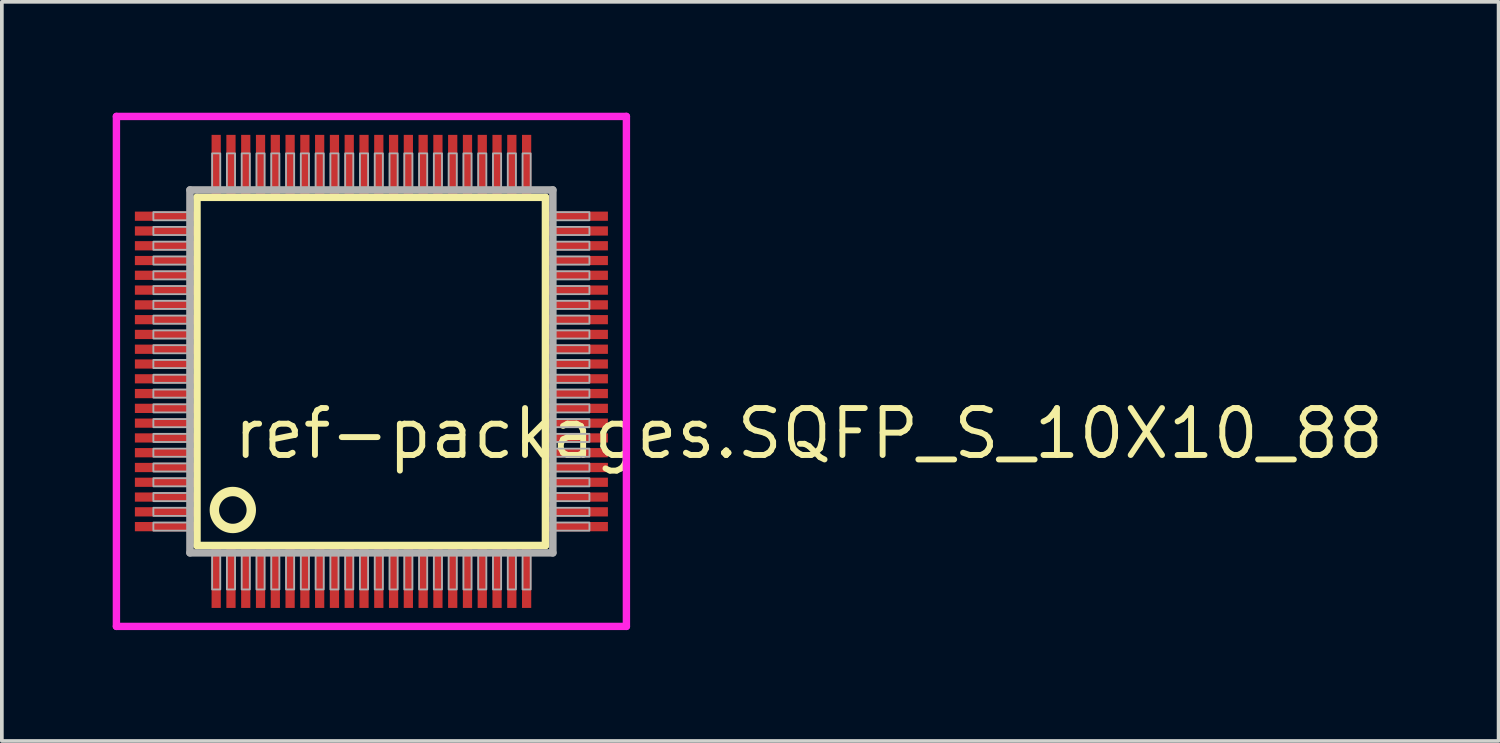
<source format=kicad_pcb>
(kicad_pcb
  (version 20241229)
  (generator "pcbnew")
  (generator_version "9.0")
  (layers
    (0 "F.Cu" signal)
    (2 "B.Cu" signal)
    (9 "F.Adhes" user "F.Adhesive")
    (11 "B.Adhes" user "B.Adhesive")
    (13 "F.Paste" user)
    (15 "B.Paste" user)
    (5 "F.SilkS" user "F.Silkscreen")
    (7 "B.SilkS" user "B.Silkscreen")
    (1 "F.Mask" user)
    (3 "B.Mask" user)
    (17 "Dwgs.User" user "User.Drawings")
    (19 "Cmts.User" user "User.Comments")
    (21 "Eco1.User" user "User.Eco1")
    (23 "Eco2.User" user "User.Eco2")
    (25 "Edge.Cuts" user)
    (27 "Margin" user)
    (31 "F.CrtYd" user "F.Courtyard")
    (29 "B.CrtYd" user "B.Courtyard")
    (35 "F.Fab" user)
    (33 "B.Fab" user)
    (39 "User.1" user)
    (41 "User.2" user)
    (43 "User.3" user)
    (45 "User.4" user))
  (footprint "ref-packages.SQFP_S_10X10_88"
    (layer "F.Cu")
    (at 7 7)
    (property "Reference" "ref-packages.SQFP_S_10X10_88" (at -3.81 2.425 0) (layer "F.SilkS") (effects (font (size 1.27 1.27) (thickness 0.16)) (justify left bottom)))
    (attr smd)
    (fp_line (start -4.72 -4.71) (end 4.71 -4.71) (stroke (width 0.203) (type default)) (layer "F.SilkS"))
    (fp_line (start -4.72 4.71) (end -4.72 -4.71) (stroke (width 0.203) (type default)) (layer "F.SilkS"))
    (fp_line (start 4.71 -4.71) (end 4.71 4.71) (stroke (width 0.203) (type default)) (layer "F.SilkS"))
    (fp_line (start 4.71 4.71) (end -4.72 4.71) (stroke (width 0.203) (type default)) (layer "F.SilkS"))
    (fp_circle (center -3.75 3.75) (end -3.25 3.75) (stroke (width 0.254) (type default)) (fill no) (layer "F.SilkS"))
    (fp_line (start -6.9 -6.9) (end 6.9 -6.9) (stroke (width 0.2) (type default)) (layer "F.CrtYd"))
    (fp_line (start -6.9 6.9) (end -6.9 -6.9) (stroke (width 0.2) (type default)) (layer "F.CrtYd"))
    (fp_line (start 6.9 -6.9) (end 6.9 6.9) (stroke (width 0.2) (type default)) (layer "F.CrtYd"))
    (fp_line (start 6.9 6.9) (end -6.9 6.9) (stroke (width 0.2) (type default)) (layer "F.CrtYd"))
    (fp_line (start -4.91 -4.91) (end -4.91 4.91) (stroke (width 0.203) (type default)) (layer "F.Fab"))
    (fp_line (start -4.91 4.91) (end 4.91 4.91) (stroke (width 0.203) (type default)) (layer "F.Fab"))
    (fp_line (start 4.91 -4.91) (end -4.91 -4.91) (stroke (width 0.203) (type default)) (layer "F.Fab"))
    (fp_line (start 4.91 4.91) (end 4.91 -4.91) (stroke (width 0.203) (type default)) (layer "F.Fab"))
    (fp_rect (start -5.9 -4.09) (end -4.95 -4.31) (stroke (width 0.05) (type default)) (fill no) (layer "F.Fab"))
    (fp_rect (start -5.9 -3.69) (end -4.95 -3.91) (stroke (width 0.05) (type default)) (fill no) (layer "F.Fab"))
    (fp_rect (start -5.9 -3.29) (end -4.95 -3.51) (stroke (width 0.05) (type default)) (fill no) (layer "F.Fab"))
    (fp_rect (start -5.9 -2.89) (end -4.95 -3.11) (stroke (width 0.05) (type default)) (fill no) (layer "F.Fab"))
    (fp_rect (start -5.9 -2.49) (end -4.95 -2.71) (stroke (width 0.05) (type default)) (fill no) (layer "F.Fab"))
    (fp_rect (start -5.9 -2.09) (end -4.95 -2.31) (stroke (width 0.05) (type default)) (fill no) (layer "F.Fab"))
    (fp_rect (start -5.9 -1.69) (end -4.95 -1.91) (stroke (width 0.05) (type default)) (fill no) (layer "F.Fab"))
    (fp_rect (start -5.9 -1.29) (end -4.95 -1.51) (stroke (width 0.05) (type default)) (fill no) (layer "F.Fab"))
    (fp_rect (start -5.9 -0.89) (end -4.95 -1.11) (stroke (width 0.05) (type default)) (fill no) (layer "F.Fab"))
    (fp_rect (start -5.9 -0.49) (end -4.95 -0.71) (stroke (width 0.05) (type default)) (fill no) (layer "F.Fab"))
    (fp_rect (start -5.9 -0.09) (end -4.95 -0.31) (stroke (width 0.05) (type default)) (fill no) (layer "F.Fab"))
    (fp_rect (start -5.9 0.31) (end -4.95 0.09) (stroke (width 0.05) (type default)) (fill no) (layer "F.Fab"))
    (fp_rect (start -5.9 0.71) (end -4.95 0.49) (stroke (width 0.05) (type default)) (fill no) (layer "F.Fab"))
    (fp_rect (start -5.9 1.11) (end -4.95 0.89) (stroke (width 0.05) (type default)) (fill no) (layer "F.Fab"))
    (fp_rect (start -5.9 1.51) (end -4.95 1.29) (stroke (width 0.05) (type default)) (fill no) (layer "F.Fab"))
    (fp_rect (start -5.9 1.91) (end -4.95 1.69) (stroke (width 0.05) (type default)) (fill no) (layer "F.Fab"))
    (fp_rect (start -5.9 2.31) (end -4.95 2.09) (stroke (width 0.05) (type default)) (fill no) (layer "F.Fab"))
    (fp_rect (start -5.9 2.71) (end -4.95 2.49) (stroke (width 0.05) (type default)) (fill no) (layer "F.Fab"))
    (fp_rect (start -5.9 3.11) (end -4.95 2.89) (stroke (width 0.05) (type default)) (fill no) (layer "F.Fab"))
    (fp_rect (start -5.9 3.51) (end -4.95 3.29) (stroke (width 0.05) (type default)) (fill no) (layer "F.Fab"))
    (fp_rect (start -5.9 3.91) (end -4.95 3.69) (stroke (width 0.05) (type default)) (fill no) (layer "F.Fab"))
    (fp_rect (start -5.9 4.31) (end -4.95 4.09) (stroke (width 0.05) (type default)) (fill no) (layer "F.Fab"))
    (fp_rect (start -4.31 -4.95) (end -4.09 -5.9) (stroke (width 0.05) (type default)) (fill no) (layer "F.Fab"))
    (fp_rect (start -4.31 5.9) (end -4.09 4.95) (stroke (width 0.05) (type default)) (fill no) (layer "F.Fab"))
    (fp_rect (start -3.91 -4.95) (end -3.69 -5.9) (stroke (width 0.05) (type default)) (fill no) (layer "F.Fab"))
    (fp_rect (start -3.91 5.9) (end -3.69 4.95) (stroke (width 0.05) (type default)) (fill no) (layer "F.Fab"))
    (fp_rect (start -3.51 -4.95) (end -3.29 -5.9) (stroke (width 0.05) (type default)) (fill no) (layer "F.Fab"))
    (fp_rect (start -3.51 5.9) (end -3.29 4.95) (stroke (width 0.05) (type default)) (fill no) (layer "F.Fab"))
    (fp_rect (start -3.11 -4.95) (end -2.89 -5.9) (stroke (width 0.05) (type default)) (fill no) (layer "F.Fab"))
    (fp_rect (start -3.11 5.9) (end -2.89 4.95) (stroke (width 0.05) (type default)) (fill no) (layer "F.Fab"))
    (fp_rect (start -2.71 -4.95) (end -2.49 -5.9) (stroke (width 0.05) (type default)) (fill no) (layer "F.Fab"))
    (fp_rect (start -2.71 5.9) (end -2.49 4.95) (stroke (width 0.05) (type default)) (fill no) (layer "F.Fab"))
    (fp_rect (start -2.31 -4.95) (end -2.09 -5.9) (stroke (width 0.05) (type default)) (fill no) (layer "F.Fab"))
    (fp_rect (start -2.31 5.9) (end -2.09 4.95) (stroke (width 0.05) (type default)) (fill no) (layer "F.Fab"))
    (fp_rect (start -1.91 -4.95) (end -1.69 -5.9) (stroke (width 0.05) (type default)) (fill no) (layer "F.Fab"))
    (fp_rect (start -1.91 5.9) (end -1.69 4.95) (stroke (width 0.05) (type default)) (fill no) (layer "F.Fab"))
    (fp_rect (start -1.51 -4.95) (end -1.29 -5.9) (stroke (width 0.05) (type default)) (fill no) (layer "F.Fab"))
    (fp_rect (start -1.51 5.9) (end -1.29 4.95) (stroke (width 0.05) (type default)) (fill no) (layer "F.Fab"))
    (fp_rect (start -1.11 -4.95) (end -0.89 -5.9) (stroke (width 0.05) (type default)) (fill no) (layer "F.Fab"))
    (fp_rect (start -1.11 5.9) (end -0.89 4.95) (stroke (width 0.05) (type default)) (fill no) (layer "F.Fab"))
    (fp_rect (start -0.71 -4.95) (end -0.49 -5.9) (stroke (width 0.05) (type default)) (fill no) (layer "F.Fab"))
    (fp_rect (start -0.71 5.9) (end -0.49 4.95) (stroke (width 0.05) (type default)) (fill no) (layer "F.Fab"))
    (fp_rect (start -0.31 -4.95) (end -0.09 -5.9) (stroke (width 0.05) (type default)) (fill no) (layer "F.Fab"))
    (fp_rect (start -0.31 5.9) (end -0.09 4.95) (stroke (width 0.05) (type default)) (fill no) (layer "F.Fab"))
    (fp_rect (start 0.09 -4.95) (end 0.31 -5.9) (stroke (width 0.05) (type default)) (fill no) (layer "F.Fab"))
    (fp_rect (start 0.09 5.9) (end 0.31 4.95) (stroke (width 0.05) (type default)) (fill no) (layer "F.Fab"))
    (fp_rect (start 0.49 -4.95) (end 0.71 -5.9) (stroke (width 0.05) (type default)) (fill no) (layer "F.Fab"))
    (fp_rect (start 0.49 5.9) (end 0.71 4.95) (stroke (width 0.05) (type default)) (fill no) (layer "F.Fab"))
    (fp_rect (start 0.89 -4.95) (end 1.11 -5.9) (stroke (width 0.05) (type default)) (fill no) (layer "F.Fab"))
    (fp_rect (start 0.89 5.9) (end 1.11 4.95) (stroke (width 0.05) (type default)) (fill no) (layer "F.Fab"))
    (fp_rect (start 1.29 -4.95) (end 1.51 -5.9) (stroke (width 0.05) (type default)) (fill no) (layer "F.Fab"))
    (fp_rect (start 1.29 5.9) (end 1.51 4.95) (stroke (width 0.05) (type default)) (fill no) (layer "F.Fab"))
    (fp_rect (start 1.69 -4.95) (end 1.91 -5.9) (stroke (width 0.05) (type default)) (fill no) (layer "F.Fab"))
    (fp_rect (start 1.69 5.9) (end 1.91 4.95) (stroke (width 0.05) (type default)) (fill no) (layer "F.Fab"))
    (fp_rect (start 2.09 -4.95) (end 2.31 -5.9) (stroke (width 0.05) (type default)) (fill no) (layer "F.Fab"))
    (fp_rect (start 2.09 5.9) (end 2.31 4.95) (stroke (width 0.05) (type default)) (fill no) (layer "F.Fab"))
    (fp_rect (start 2.49 -4.95) (end 2.71 -5.9) (stroke (width 0.05) (type default)) (fill no) (layer "F.Fab"))
    (fp_rect (start 2.49 5.9) (end 2.71 4.95) (stroke (width 0.05) (type default)) (fill no) (layer "F.Fab"))
    (fp_rect (start 2.89 -4.95) (end 3.11 -5.9) (stroke (width 0.05) (type default)) (fill no) (layer "F.Fab"))
    (fp_rect (start 2.89 5.9) (end 3.11 4.95) (stroke (width 0.05) (type default)) (fill no) (layer "F.Fab"))
    (fp_rect (start 3.29 -4.95) (end 3.51 -5.9) (stroke (width 0.05) (type default)) (fill no) (layer "F.Fab"))
    (fp_rect (start 3.29 5.9) (end 3.51 4.95) (stroke (width 0.05) (type default)) (fill no) (layer "F.Fab"))
    (fp_rect (start 3.69 -4.95) (end 3.91 -5.9) (stroke (width 0.05) (type default)) (fill no) (layer "F.Fab"))
    (fp_rect (start 3.69 5.9) (end 3.91 4.95) (stroke (width 0.05) (type default)) (fill no) (layer "F.Fab"))
    (fp_rect (start 4.09 -4.95) (end 4.31 -5.9) (stroke (width 0.05) (type default)) (fill no) (layer "F.Fab"))
    (fp_rect (start 4.09 5.9) (end 4.31 4.95) (stroke (width 0.05) (type default)) (fill no) (layer "F.Fab"))
    (fp_rect (start 4.95 -4.09) (end 5.9 -4.31) (stroke (width 0.05) (type default)) (fill no) (layer "F.Fab"))
    (fp_rect (start 4.95 -3.69) (end 5.9 -3.91) (stroke (width 0.05) (type default)) (fill no) (layer "F.Fab"))
    (fp_rect (start 4.95 -3.29) (end 5.9 -3.51) (stroke (width 0.05) (type default)) (fill no) (layer "F.Fab"))
    (fp_rect (start 4.95 -2.89) (end 5.9 -3.11) (stroke (width 0.05) (type default)) (fill no) (layer "F.Fab"))
    (fp_rect (start 4.95 -2.49) (end 5.9 -2.71) (stroke (width 0.05) (type default)) (fill no) (layer "F.Fab"))
    (fp_rect (start 4.95 -2.09) (end 5.9 -2.31) (stroke (width 0.05) (type default)) (fill no) (layer "F.Fab"))
    (fp_rect (start 4.95 -1.69) (end 5.9 -1.91) (stroke (width 0.05) (type default)) (fill no) (layer "F.Fab"))
    (fp_rect (start 4.95 -1.29) (end 5.9 -1.51) (stroke (width 0.05) (type default)) (fill no) (layer "F.Fab"))
    (fp_rect (start 4.95 -0.89) (end 5.9 -1.11) (stroke (width 0.05) (type default)) (fill no) (layer "F.Fab"))
    (fp_rect (start 4.95 -0.49) (end 5.9 -0.71) (stroke (width 0.05) (type default)) (fill no) (layer "F.Fab"))
    (fp_rect (start 4.95 -0.09) (end 5.9 -0.31) (stroke (width 0.05) (type default)) (fill no) (layer "F.Fab"))
    (fp_rect (start 4.95 0.31) (end 5.9 0.09) (stroke (width 0.05) (type default)) (fill no) (layer "F.Fab"))
    (fp_rect (start 4.95 0.71) (end 5.9 0.49) (stroke (width 0.05) (type default)) (fill no) (layer "F.Fab"))
    (fp_rect (start 4.95 1.11) (end 5.9 0.89) (stroke (width 0.05) (type default)) (fill no) (layer "F.Fab"))
    (fp_rect (start 4.95 1.51) (end 5.9 1.29) (stroke (width 0.05) (type default)) (fill no) (layer "F.Fab"))
    (fp_rect (start 4.95 1.91) (end 5.9 1.69) (stroke (width 0.05) (type default)) (fill no) (layer "F.Fab"))
    (fp_rect (start 4.95 2.31) (end 5.9 2.09) (stroke (width 0.05) (type default)) (fill no) (layer "F.Fab"))
    (fp_rect (start 4.95 2.71) (end 5.9 2.49) (stroke (width 0.05) (type default)) (fill no) (layer "F.Fab"))
    (fp_rect (start 4.95 3.11) (end 5.9 2.89) (stroke (width 0.05) (type default)) (fill no) (layer "F.Fab"))
    (fp_rect (start 4.95 3.51) (end 5.9 3.29) (stroke (width 0.05) (type default)) (fill no) (layer "F.Fab"))
    (fp_rect (start 4.95 3.91) (end 5.9 3.69) (stroke (width 0.05) (type default)) (fill no) (layer "F.Fab"))
    (fp_rect (start 4.95 4.31) (end 5.9 4.09) (stroke (width 0.05) (type default)) (fill no) (layer "F.Fab"))
    (pad "1" smd roundrect (at -4.2 5.6) (size 0.25 1.6) (layers "F.Cu" "F.Mask" "F.Paste") (roundrect_rratio 0.01))
    (pad "2" smd roundrect (at -3.8 5.6) (size 0.25 1.6) (layers "F.Cu" "F.Mask" "F.Paste") (roundrect_rratio 0.01))
    (pad "3" smd roundrect (at -3.4 5.6) (size 0.25 1.6) (layers "F.Cu" "F.Mask" "F.Paste") (roundrect_rratio 0.01))
    (pad "4" smd roundrect (at -3 5.6) (size 0.25 1.6) (layers "F.Cu" "F.Mask" "F.Paste") (roundrect_rratio 0.01))
    (pad "5" smd roundrect (at -2.6 5.6) (size 0.25 1.6) (layers "F.Cu" "F.Mask" "F.Paste") (roundrect_rratio 0.01))
    (pad "6" smd roundrect (at -2.2 5.6) (size 0.25 1.6) (layers "F.Cu" "F.Mask" "F.Paste") (roundrect_rratio 0.01))
    (pad "7" smd roundrect (at -1.8 5.6) (size 0.25 1.6) (layers "F.Cu" "F.Mask" "F.Paste") (roundrect_rratio 0.01))
    (pad "8" smd roundrect (at -1.4 5.6) (size 0.25 1.6) (layers "F.Cu" "F.Mask" "F.Paste") (roundrect_rratio 0.01))
    (pad "9" smd roundrect (at -1 5.6) (size 0.25 1.6) (layers "F.Cu" "F.Mask" "F.Paste") (roundrect_rratio 0.01))
    (pad "10" smd roundrect (at -0.6 5.6) (size 0.25 1.6) (layers "F.Cu" "F.Mask" "F.Paste") (roundrect_rratio 0.01))
    (pad "11" smd roundrect (at -0.2 5.6) (size 0.25 1.6) (layers "F.Cu" "F.Mask" "F.Paste") (roundrect_rratio 0.01))
    (pad "12" smd roundrect (at 0.2 5.6) (size 0.25 1.6) (layers "F.Cu" "F.Mask" "F.Paste") (roundrect_rratio 0.01))
    (pad "13" smd roundrect (at 0.6 5.6) (size 0.25 1.6) (layers "F.Cu" "F.Mask" "F.Paste") (roundrect_rratio 0.01))
    (pad "14" smd roundrect (at 1 5.6) (size 0.25 1.6) (layers "F.Cu" "F.Mask" "F.Paste") (roundrect_rratio 0.01))
    (pad "15" smd roundrect (at 1.4 5.6) (size 0.25 1.6) (layers "F.Cu" "F.Mask" "F.Paste") (roundrect_rratio 0.01))
    (pad "16" smd roundrect (at 1.8 5.6) (size 0.25 1.6) (layers "F.Cu" "F.Mask" "F.Paste") (roundrect_rratio 0.01))
    (pad "17" smd roundrect (at 2.2 5.6) (size 0.25 1.6) (layers "F.Cu" "F.Mask" "F.Paste") (roundrect_rratio 0.01))
    (pad "18" smd roundrect (at 2.6 5.6) (size 0.25 1.6) (layers "F.Cu" "F.Mask" "F.Paste") (roundrect_rratio 0.01))
    (pad "19" smd roundrect (at 3 5.6) (size 0.25 1.6) (layers "F.Cu" "F.Mask" "F.Paste") (roundrect_rratio 0.01))
    (pad "20" smd roundrect (at 3.4 5.6) (size 0.25 1.6) (layers "F.Cu" "F.Mask" "F.Paste") (roundrect_rratio 0.01))
    (pad "21" smd roundrect (at 3.8 5.6) (size 0.25 1.6) (layers "F.Cu" "F.Mask" "F.Paste") (roundrect_rratio 0.01))
    (pad "22" smd roundrect (at 4.2 5.6) (size 0.25 1.6) (layers "F.Cu" "F.Mask" "F.Paste") (roundrect_rratio 0.01))
    (pad "23" smd roundrect (at 5.6 4.2) (size 1.6 0.25) (layers "F.Cu" "F.Mask" "F.Paste") (roundrect_rratio 0.01))
    (pad "24" smd roundrect (at 5.6 3.8) (size 1.6 0.25) (layers "F.Cu" "F.Mask" "F.Paste") (roundrect_rratio 0.01))
    (pad "25" smd roundrect (at 5.6 3.4) (size 1.6 0.25) (layers "F.Cu" "F.Mask" "F.Paste") (roundrect_rratio 0.01))
    (pad "26" smd roundrect (at 5.6 3) (size 1.6 0.25) (layers "F.Cu" "F.Mask" "F.Paste") (roundrect_rratio 0.01))
    (pad "27" smd roundrect (at 5.6 2.6) (size 1.6 0.25) (layers "F.Cu" "F.Mask" "F.Paste") (roundrect_rratio 0.01))
    (pad "28" smd roundrect (at 5.6 2.2) (size 1.6 0.25) (layers "F.Cu" "F.Mask" "F.Paste") (roundrect_rratio 0.01))
    (pad "29" smd roundrect (at 5.6 1.8) (size 1.6 0.25) (layers "F.Cu" "F.Mask" "F.Paste") (roundrect_rratio 0.01))
    (pad "30" smd roundrect (at 5.6 1.4) (size 1.6 0.25) (layers "F.Cu" "F.Mask" "F.Paste") (roundrect_rratio 0.01))
    (pad "31" smd roundrect (at 5.6 1) (size 1.6 0.25) (layers "F.Cu" "F.Mask" "F.Paste") (roundrect_rratio 0.01))
    (pad "32" smd roundrect (at 5.6 0.6) (size 1.6 0.25) (layers "F.Cu" "F.Mask" "F.Paste") (roundrect_rratio 0.01))
    (pad "33" smd roundrect (at 5.6 0.2) (size 1.6 0.25) (layers "F.Cu" "F.Mask" "F.Paste") (roundrect_rratio 0.01))
    (pad "34" smd roundrect (at 5.6 -0.2) (size 1.6 0.25) (layers "F.Cu" "F.Mask" "F.Paste") (roundrect_rratio 0.01))
    (pad "35" smd roundrect (at 5.6 -0.6) (size 1.6 0.25) (layers "F.Cu" "F.Mask" "F.Paste") (roundrect_rratio 0.01))
    (pad "36" smd roundrect (at 5.6 -1) (size 1.6 0.25) (layers "F.Cu" "F.Mask" "F.Paste") (roundrect_rratio 0.01))
    (pad "37" smd roundrect (at 5.6 -1.4) (size 1.6 0.25) (layers "F.Cu" "F.Mask" "F.Paste") (roundrect_rratio 0.01))
    (pad "38" smd roundrect (at 5.6 -1.8) (size 1.6 0.25) (layers "F.Cu" "F.Mask" "F.Paste") (roundrect_rratio 0.01))
    (pad "39" smd roundrect (at 5.6 -2.2) (size 1.6 0.25) (layers "F.Cu" "F.Mask" "F.Paste") (roundrect_rratio 0.01))
    (pad "40" smd roundrect (at 5.6 -2.6) (size 1.6 0.25) (layers "F.Cu" "F.Mask" "F.Paste") (roundrect_rratio 0.01))
    (pad "41" smd roundrect (at 5.6 -3) (size 1.6 0.25) (layers "F.Cu" "F.Mask" "F.Paste") (roundrect_rratio 0.01))
    (pad "42" smd roundrect (at 5.6 -3.4) (size 1.6 0.25) (layers "F.Cu" "F.Mask" "F.Paste") (roundrect_rratio 0.01))
    (pad "43" smd roundrect (at 5.6 -3.8) (size 1.6 0.25) (layers "F.Cu" "F.Mask" "F.Paste") (roundrect_rratio 0.01))
    (pad "44" smd roundrect (at 5.6 -4.2) (size 1.6 0.25) (layers "F.Cu" "F.Mask" "F.Paste") (roundrect_rratio 0.01))
    (pad "45" smd roundrect (at 4.2 -5.6) (size 0.25 1.6) (layers "F.Cu" "F.Mask" "F.Paste") (roundrect_rratio 0.01))
    (pad "46" smd roundrect (at 3.8 -5.6) (size 0.25 1.6) (layers "F.Cu" "F.Mask" "F.Paste") (roundrect_rratio 0.01))
    (pad "47" smd roundrect (at 3.4 -5.6) (size 0.25 1.6) (layers "F.Cu" "F.Mask" "F.Paste") (roundrect_rratio 0.01))
    (pad "48" smd roundrect (at 3 -5.6) (size 0.25 1.6) (layers "F.Cu" "F.Mask" "F.Paste") (roundrect_rratio 0.01))
    (pad "49" smd roundrect (at 2.6 -5.6) (size 0.25 1.6) (layers "F.Cu" "F.Mask" "F.Paste") (roundrect_rratio 0.01))
    (pad "50" smd roundrect (at 2.2 -5.6) (size 0.25 1.6) (layers "F.Cu" "F.Mask" "F.Paste") (roundrect_rratio 0.01))
    (pad "51" smd roundrect (at 1.8 -5.6) (size 0.25 1.6) (layers "F.Cu" "F.Mask" "F.Paste") (roundrect_rratio 0.01))
    (pad "52" smd roundrect (at 1.4 -5.6) (size 0.25 1.6) (layers "F.Cu" "F.Mask" "F.Paste") (roundrect_rratio 0.01))
    (pad "53" smd roundrect (at 1 -5.6) (size 0.25 1.6) (layers "F.Cu" "F.Mask" "F.Paste") (roundrect_rratio 0.01))
    (pad "54" smd roundrect (at 0.6 -5.6) (size 0.25 1.6) (layers "F.Cu" "F.Mask" "F.Paste") (roundrect_rratio 0.01))
    (pad "55" smd roundrect (at 0.2 -5.6) (size 0.25 1.6) (layers "F.Cu" "F.Mask" "F.Paste") (roundrect_rratio 0.01))
    (pad "56" smd roundrect (at -0.2 -5.6) (size 0.25 1.6) (layers "F.Cu" "F.Mask" "F.Paste") (roundrect_rratio 0.01))
    (pad "57" smd roundrect (at -0.6 -5.6) (size 0.25 1.6) (layers "F.Cu" "F.Mask" "F.Paste") (roundrect_rratio 0.01))
    (pad "58" smd roundrect (at -1 -5.6) (size 0.25 1.6) (layers "F.Cu" "F.Mask" "F.Paste") (roundrect_rratio 0.01))
    (pad "59" smd roundrect (at -1.4 -5.6) (size 0.25 1.6) (layers "F.Cu" "F.Mask" "F.Paste") (roundrect_rratio 0.01))
    (pad "60" smd roundrect (at -1.8 -5.6) (size 0.25 1.6) (layers "F.Cu" "F.Mask" "F.Paste") (roundrect_rratio 0.01))
    (pad "61" smd roundrect (at -2.2 -5.6) (size 0.25 1.6) (layers "F.Cu" "F.Mask" "F.Paste") (roundrect_rratio 0.01))
    (pad "62" smd roundrect (at -2.6 -5.6) (size 0.25 1.6) (layers "F.Cu" "F.Mask" "F.Paste") (roundrect_rratio 0.01))
    (pad "63" smd roundrect (at -3 -5.6) (size 0.25 1.6) (layers "F.Cu" "F.Mask" "F.Paste") (roundrect_rratio 0.01))
    (pad "64" smd roundrect (at -3.4 -5.6) (size 0.25 1.6) (layers "F.Cu" "F.Mask" "F.Paste") (roundrect_rratio 0.01))
    (pad "65" smd roundrect (at -3.8 -5.6) (size 0.25 1.6) (layers "F.Cu" "F.Mask" "F.Paste") (roundrect_rratio 0.01))
    (pad "66" smd roundrect (at -4.2 -5.6) (size 0.25 1.6) (layers "F.Cu" "F.Mask" "F.Paste") (roundrect_rratio 0.01))
    (pad "67" smd roundrect (at -5.6 -4.2) (size 1.6 0.25) (layers "F.Cu" "F.Mask" "F.Paste") (roundrect_rratio 0.01))
    (pad "68" smd roundrect (at -5.6 -3.8) (size 1.6 0.25) (layers "F.Cu" "F.Mask" "F.Paste") (roundrect_rratio 0.01))
    (pad "69" smd roundrect (at -5.6 -3.4) (size 1.6 0.25) (layers "F.Cu" "F.Mask" "F.Paste") (roundrect_rratio 0.01))
    (pad "70" smd roundrect (at -5.6 -3) (size 1.6 0.25) (layers "F.Cu" "F.Mask" "F.Paste") (roundrect_rratio 0.01))
    (pad "71" smd roundrect (at -5.6 -2.6) (size 1.6 0.25) (layers "F.Cu" "F.Mask" "F.Paste") (roundrect_rratio 0.01))
    (pad "72" smd roundrect (at -5.6 -2.2) (size 1.6 0.25) (layers "F.Cu" "F.Mask" "F.Paste") (roundrect_rratio 0.01))
    (pad "73" smd roundrect (at -5.6 -1.8) (size 1.6 0.25) (layers "F.Cu" "F.Mask" "F.Paste") (roundrect_rratio 0.01))
    (pad "74" smd roundrect (at -5.6 -1.4) (size 1.6 0.25) (layers "F.Cu" "F.Mask" "F.Paste") (roundrect_rratio 0.01))
    (pad "75" smd roundrect (at -5.6 -1) (size 1.6 0.25) (layers "F.Cu" "F.Mask" "F.Paste") (roundrect_rratio 0.01))
    (pad "76" smd roundrect (at -5.6 -0.6) (size 1.6 0.25) (layers "F.Cu" "F.Mask" "F.Paste") (roundrect_rratio 0.01))
    (pad "77" smd roundrect (at -5.6 -0.2) (size 1.6 0.25) (layers "F.Cu" "F.Mask" "F.Paste") (roundrect_rratio 0.01))
    (pad "78" smd roundrect (at -5.6 0.2) (size 1.6 0.25) (layers "F.Cu" "F.Mask" "F.Paste") (roundrect_rratio 0.01))
    (pad "79" smd roundrect (at -5.6 0.6) (size 1.6 0.25) (layers "F.Cu" "F.Mask" "F.Paste") (roundrect_rratio 0.01))
    (pad "80" smd roundrect (at -5.6 1) (size 1.6 0.25) (layers "F.Cu" "F.Mask" "F.Paste") (roundrect_rratio 0.01))
    (pad "81" smd roundrect (at -5.6 1.4) (size 1.6 0.25) (layers "F.Cu" "F.Mask" "F.Paste") (roundrect_rratio 0.01))
    (pad "82" smd roundrect (at -5.6 1.8) (size 1.6 0.25) (layers "F.Cu" "F.Mask" "F.Paste") (roundrect_rratio 0.01))
    (pad "83" smd roundrect (at -5.6 2.2) (size 1.6 0.25) (layers "F.Cu" "F.Mask" "F.Paste") (roundrect_rratio 0.01))
    (pad "84" smd roundrect (at -5.6 2.6) (size 1.6 0.25) (layers "F.Cu" "F.Mask" "F.Paste") (roundrect_rratio 0.01))
    (pad "85" smd roundrect (at -5.6 3) (size 1.6 0.25) (layers "F.Cu" "F.Mask" "F.Paste") (roundrect_rratio 0.01))
    (pad "86" smd roundrect (at -5.6 3.4) (size 1.6 0.25) (layers "F.Cu" "F.Mask" "F.Paste") (roundrect_rratio 0.01))
    (pad "87" smd roundrect (at -5.6 3.8) (size 1.6 0.25) (layers "F.Cu" "F.Mask" "F.Paste") (roundrect_rratio 0.01))
    (pad "88" smd roundrect (at -5.6 4.2) (size 1.6 0.25) (layers "F.Cu" "F.Mask" "F.Paste") (roundrect_rratio 0.01)))
  (gr_rect
    (start -3 -3)
    (end 37.501 17)
    (stroke (width 0.1) (type default))
    (fill no)
    (layer "Edge.Cuts")))
</source>
